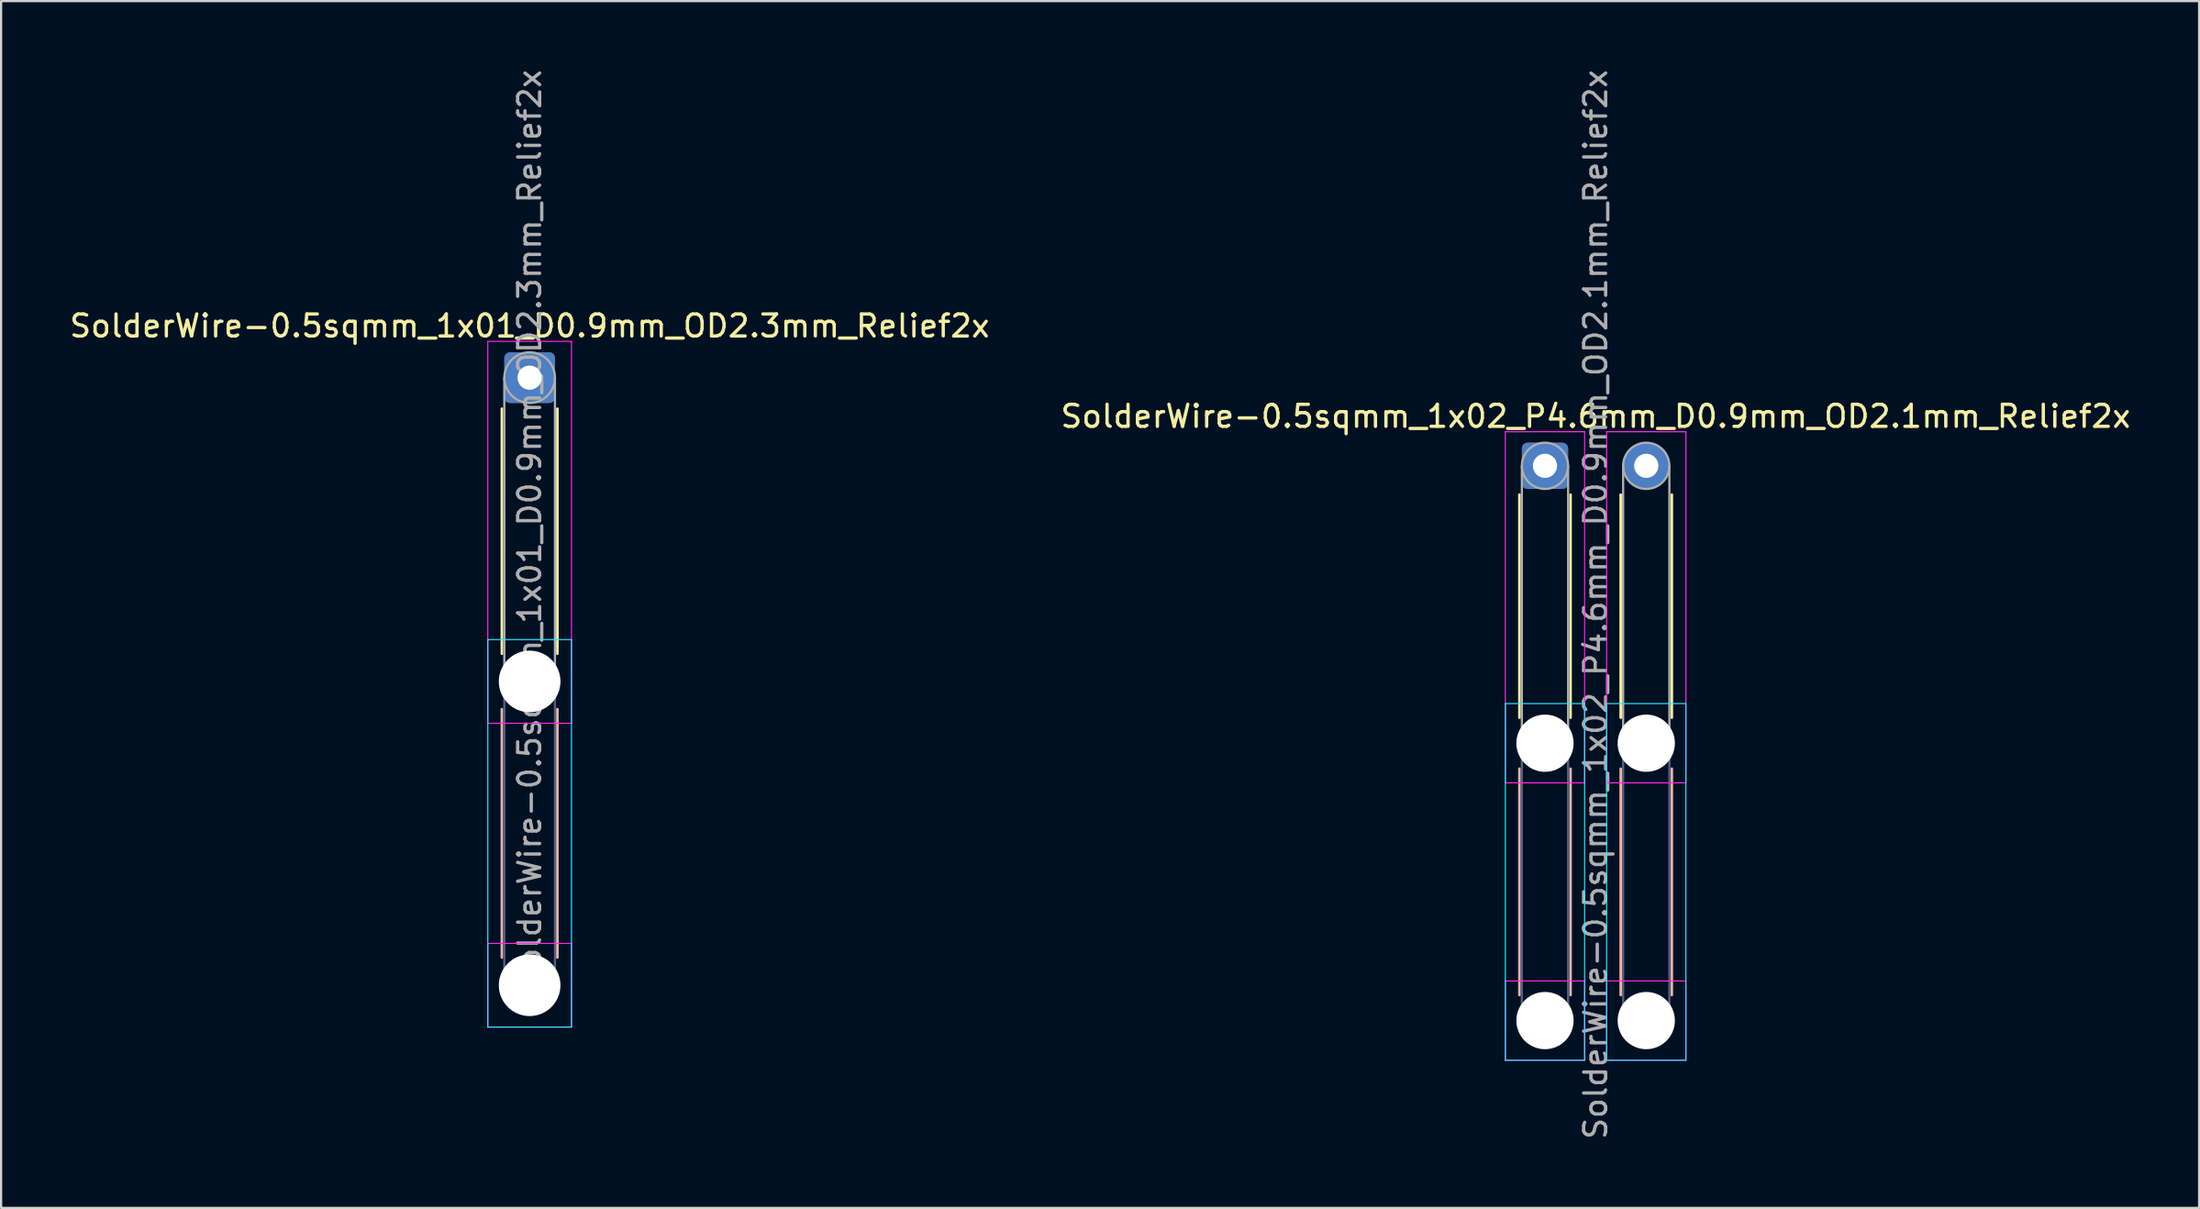
<source format=kicad_pcb>
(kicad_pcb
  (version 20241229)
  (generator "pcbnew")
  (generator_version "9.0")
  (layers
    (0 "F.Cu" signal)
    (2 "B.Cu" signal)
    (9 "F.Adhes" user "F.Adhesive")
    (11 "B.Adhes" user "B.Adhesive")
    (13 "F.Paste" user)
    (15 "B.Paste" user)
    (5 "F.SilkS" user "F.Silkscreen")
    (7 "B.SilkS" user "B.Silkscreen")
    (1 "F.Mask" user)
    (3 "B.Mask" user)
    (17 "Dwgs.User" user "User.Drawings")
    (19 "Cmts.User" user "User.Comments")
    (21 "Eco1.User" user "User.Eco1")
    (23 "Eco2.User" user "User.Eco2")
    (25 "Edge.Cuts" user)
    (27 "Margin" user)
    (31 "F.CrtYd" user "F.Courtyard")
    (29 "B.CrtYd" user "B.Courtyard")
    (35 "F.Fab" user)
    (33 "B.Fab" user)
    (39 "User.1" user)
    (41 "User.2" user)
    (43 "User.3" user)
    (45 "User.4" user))
  (footprint "SolderWire-0.5sqmm_1x01_D0.9mm_OD2.3mm_Relief2x"
    (layer "F.Cu")
    (at 21.006 14.106)
    (property "Reference" "SolderWire-0.5sqmm_1x01_D0.9mm_OD2.3mm_Relief2x" (at 0 -2.35 0) (layer "F.SilkS") (effects (font (size 1 1) (thickness 0.15))))
    (attr exclude_from_pos_files exclude_from_bom)
    (fp_line (start -1.26 1.41) (end -1.26 12.54) (stroke (width 0.12) (type solid)) (layer "F.SilkS"))
    (fp_line (start 1.26 1.41) (end 1.26 12.54) (stroke (width 0.12) (type solid)) (layer "F.SilkS"))
    (fp_line (start -1.26 15.06) (end -1.26 26.34) (stroke (width 0.12) (type solid)) (layer "B.SilkS"))
    (fp_line (start 1.26 15.06) (end 1.26 26.34) (stroke (width 0.12) (type solid)) (layer "B.SilkS"))
    (fp_line (start -1.9 11.9) (end -1.9 29.5) (stroke (width 0.05) (type solid)) (layer "B.CrtYd"))
    (fp_line (start -1.9 29.5) (end 1.9 29.5) (stroke (width 0.05) (type solid)) (layer "B.CrtYd"))
    (fp_line (start 1.9 11.9) (end -1.9 11.9) (stroke (width 0.05) (type solid)) (layer "B.CrtYd"))
    (fp_line (start 1.9 29.5) (end 1.9 11.9) (stroke (width 0.05) (type solid)) (layer "B.CrtYd"))
    (fp_line (start -1.9 -1.65) (end -1.9 15.7) (stroke (width 0.05) (type solid)) (layer "F.CrtYd"))
    (fp_line (start -1.9 15.7) (end 1.9 15.7) (stroke (width 0.05) (type solid)) (layer "F.CrtYd"))
    (fp_line (start -1.9 25.7) (end -1.9 29.5) (stroke (width 0.05) (type solid)) (layer "F.CrtYd"))
    (fp_line (start -1.9 29.5) (end 1.9 29.5) (stroke (width 0.05) (type solid)) (layer "F.CrtYd"))
    (fp_line (start 1.9 -1.65) (end -1.9 -1.65) (stroke (width 0.05) (type solid)) (layer "F.CrtYd"))
    (fp_line (start 1.9 15.7) (end 1.9 -1.65) (stroke (width 0.05) (type solid)) (layer "F.CrtYd"))
    (fp_line (start 1.9 25.7) (end -1.9 25.7) (stroke (width 0.05) (type solid)) (layer "F.CrtYd"))
    (fp_line (start 1.9 29.5) (end 1.9 25.7) (stroke (width 0.05) (type solid)) (layer "F.CrtYd"))
    (fp_line (start -1.15 13.8) (end -1.15 27.6) (stroke (width 0.1) (type solid)) (layer "B.Fab"))
    (fp_line (start 1.15 13.8) (end 1.15 27.6) (stroke (width 0.1) (type solid)) (layer "B.Fab"))
    (fp_circle (center 0 13.8) (end 1.15 13.8) (stroke (width 0.1) (type solid)) (fill no) (layer "B.Fab"))
    (fp_circle (center 0 27.6) (end 1.15 27.6) (stroke (width 0.1) (type solid)) (fill no) (layer "B.Fab"))
    (fp_line (start -1.15 0) (end -1.15 13.8) (stroke (width 0.1) (type solid)) (layer "F.Fab"))
    (fp_line (start 1.15 0) (end 1.15 13.8) (stroke (width 0.1) (type solid)) (layer "F.Fab"))
    (fp_circle (center 0 0) (end 1.15 0) (stroke (width 0.1) (type solid)) (fill no) (layer "F.Fab"))
    (fp_circle (center 0 13.8) (end 1.15 13.8) (stroke (width 0.1) (type solid)) (fill no) (layer "F.Fab"))
    (fp_circle (center 0 27.6) (end 1.15 27.6) (stroke (width 0.1) (type solid)) (fill no) (layer "F.Fab"))
    (fp_text user "${REFERENCE}" (at 0 6.9 90) (layer "F.Fab") (effects (font (size 1 1) (thickness 0.15))))
    (pad "" np_thru_hole circle (at 0 13.8) (size 2.8 2.8) (drill 2.8) (layers "*.Cu" "*.Mask"))
    (pad "" np_thru_hole circle (at 0 27.6) (size 2.8 2.8) (drill 2.8) (layers "*.Cu" "*.Mask"))
    (pad "1" thru_hole roundrect (at 0 0) (size 2.3 2.3) (drill 1.1) (layers "*.Cu" "*.Mask") (roundrect_rratio 0.109)))
  (footprint "SolderWire-0.5sqmm_1x02_P4.6mm_D0.9mm_OD2.1mm_Relief2x"
    (layer "F.Cu")
    (at 67.123 18.111)
    (property "Reference" "SolderWire-0.5sqmm_1x02_P4.6mm_D0.9mm_OD2.1mm_Relief2x" (at 2.3 -2.25 0) (layer "F.SilkS") (effects (font (size 1 1) (thickness 0.15))))
    (attr exclude_from_pos_files exclude_from_bom)
    (fp_line (start -1.16 1.31) (end -1.16 11.44) (stroke (width 0.12) (type solid)) (layer "F.SilkS"))
    (fp_line (start 1.16 1.31) (end 1.16 11.44) (stroke (width 0.12) (type solid)) (layer "F.SilkS"))
    (fp_line (start 3.44 1.31) (end 3.44 11.44) (stroke (width 0.12) (type solid)) (layer "F.SilkS"))
    (fp_line (start 5.76 1.31) (end 5.76 11.44) (stroke (width 0.12) (type solid)) (layer "F.SilkS"))
    (fp_line (start -1.16 13.76) (end -1.16 24.04) (stroke (width 0.12) (type solid)) (layer "B.SilkS"))
    (fp_line (start 1.16 13.76) (end 1.16 24.04) (stroke (width 0.12) (type solid)) (layer "B.SilkS"))
    (fp_line (start 3.44 13.76) (end 3.44 24.04) (stroke (width 0.12) (type solid)) (layer "B.SilkS"))
    (fp_line (start 5.76 13.76) (end 5.76 24.04) (stroke (width 0.12) (type solid)) (layer "B.SilkS"))
    (fp_line (start -1.8 10.8) (end -1.8 27) (stroke (width 0.05) (type solid)) (layer "B.CrtYd"))
    (fp_line (start -1.8 27) (end 1.8 27) (stroke (width 0.05) (type solid)) (layer "B.CrtYd"))
    (fp_line (start 1.8 10.8) (end -1.8 10.8) (stroke (width 0.05) (type solid)) (layer "B.CrtYd"))
    (fp_line (start 1.8 27) (end 1.8 10.8) (stroke (width 0.05) (type solid)) (layer "B.CrtYd"))
    (fp_line (start 2.8 10.8) (end 2.8 27) (stroke (width 0.05) (type solid)) (layer "B.CrtYd"))
    (fp_line (start 2.8 27) (end 6.4 27) (stroke (width 0.05) (type solid)) (layer "B.CrtYd"))
    (fp_line (start 6.4 10.8) (end 2.8 10.8) (stroke (width 0.05) (type solid)) (layer "B.CrtYd"))
    (fp_line (start 6.4 27) (end 6.4 10.8) (stroke (width 0.05) (type solid)) (layer "B.CrtYd"))
    (fp_line (start -1.8 -1.55) (end -1.8 14.4) (stroke (width 0.05) (type solid)) (layer "F.CrtYd"))
    (fp_line (start -1.8 14.4) (end 1.8 14.4) (stroke (width 0.05) (type solid)) (layer "F.CrtYd"))
    (fp_line (start -1.8 23.4) (end -1.8 27) (stroke (width 0.05) (type solid)) (layer "F.CrtYd"))
    (fp_line (start -1.8 27) (end 1.8 27) (stroke (width 0.05) (type solid)) (layer "F.CrtYd"))
    (fp_line (start 1.8 -1.55) (end -1.8 -1.55) (stroke (width 0.05) (type solid)) (layer "F.CrtYd"))
    (fp_line (start 1.8 14.4) (end 1.8 -1.55) (stroke (width 0.05) (type solid)) (layer "F.CrtYd"))
    (fp_line (start 1.8 23.4) (end -1.8 23.4) (stroke (width 0.05) (type solid)) (layer "F.CrtYd"))
    (fp_line (start 1.8 27) (end 1.8 23.4) (stroke (width 0.05) (type solid)) (layer "F.CrtYd"))
    (fp_line (start 2.8 -1.55) (end 2.8 14.4) (stroke (width 0.05) (type solid)) (layer "F.CrtYd"))
    (fp_line (start 2.8 14.4) (end 6.4 14.4) (stroke (width 0.05) (type solid)) (layer "F.CrtYd"))
    (fp_line (start 2.8 23.4) (end 2.8 27) (stroke (width 0.05) (type solid)) (layer "F.CrtYd"))
    (fp_line (start 2.8 27) (end 6.4 27) (stroke (width 0.05) (type solid)) (layer "F.CrtYd"))
    (fp_line (start 6.4 -1.55) (end 2.8 -1.55) (stroke (width 0.05) (type solid)) (layer "F.CrtYd"))
    (fp_line (start 6.4 14.4) (end 6.4 -1.55) (stroke (width 0.05) (type solid)) (layer "F.CrtYd"))
    (fp_line (start 6.4 23.4) (end 2.8 23.4) (stroke (width 0.05) (type solid)) (layer "F.CrtYd"))
    (fp_line (start 6.4 27) (end 6.4 23.4) (stroke (width 0.05) (type solid)) (layer "F.CrtYd"))
    (fp_line (start -1.05 12.6) (end -1.05 25.2) (stroke (width 0.1) (type solid)) (layer "B.Fab"))
    (fp_line (start 1.05 12.6) (end 1.05 25.2) (stroke (width 0.1) (type solid)) (layer "B.Fab"))
    (fp_line (start 3.55 12.6) (end 3.55 25.2) (stroke (width 0.1) (type solid)) (layer "B.Fab"))
    (fp_line (start 5.65 12.6) (end 5.65 25.2) (stroke (width 0.1) (type solid)) (layer "B.Fab"))
    (fp_circle (center 0 12.6) (end 1.05 12.6) (stroke (width 0.1) (type solid)) (fill no) (layer "B.Fab"))
    (fp_circle (center 0 25.2) (end 1.05 25.2) (stroke (width 0.1) (type solid)) (fill no) (layer "B.Fab"))
    (fp_circle (center 4.6 12.6) (end 5.65 12.6) (stroke (width 0.1) (type solid)) (fill no) (layer "B.Fab"))
    (fp_circle (center 4.6 25.2) (end 5.65 25.2) (stroke (width 0.1) (type solid)) (fill no) (layer "B.Fab"))
    (fp_line (start -1.05 0) (end -1.05 12.6) (stroke (width 0.1) (type solid)) (layer "F.Fab"))
    (fp_line (start 1.05 0) (end 1.05 12.6) (stroke (width 0.1) (type solid)) (layer "F.Fab"))
    (fp_line (start 3.55 0) (end 3.55 12.6) (stroke (width 0.1) (type solid)) (layer "F.Fab"))
    (fp_line (start 5.65 0) (end 5.65 12.6) (stroke (width 0.1) (type solid)) (layer "F.Fab"))
    (fp_circle (center 0 0) (end 1.05 0) (stroke (width 0.1) (type solid)) (fill no) (layer "F.Fab"))
    (fp_circle (center 0 12.6) (end 1.05 12.6) (stroke (width 0.1) (type solid)) (fill no) (layer "F.Fab"))
    (fp_circle (center 0 25.2) (end 1.05 25.2) (stroke (width 0.1) (type solid)) (fill no) (layer "F.Fab"))
    (fp_circle (center 4.6 0) (end 5.65 0) (stroke (width 0.1) (type solid)) (fill no) (layer "F.Fab"))
    (fp_circle (center 4.6 12.6) (end 5.65 12.6) (stroke (width 0.1) (type solid)) (fill no) (layer "F.Fab"))
    (fp_circle (center 4.6 25.2) (end 5.65 25.2) (stroke (width 0.1) (type solid)) (fill no) (layer "F.Fab"))
    (fp_text user "${REFERENCE}" (at 2.3 6.3 90) (layer "F.Fab") (effects (font (size 1 1) (thickness 0.15))))
    (pad "" np_thru_hole circle (at 0 12.6) (size 2.6 2.6) (drill 2.6) (layers "*.Cu" "*.Mask"))
    (pad "" np_thru_hole circle (at 0 25.2) (size 2.6 2.6) (drill 2.6) (layers "*.Cu" "*.Mask"))
    (pad "" np_thru_hole circle (at 4.6 12.6) (size 2.6 2.6) (drill 2.6) (layers "*.Cu" "*.Mask"))
    (pad "" np_thru_hole circle (at 4.6 25.2) (size 2.6 2.6) (drill 2.6) (layers "*.Cu" "*.Mask"))
    (pad "1" thru_hole roundrect (at 0 0) (size 2.1 2.1) (drill 1.1) (layers "*.Cu" "*.Mask") (roundrect_rratio 0.119))
    (pad "2" thru_hole circle (at 4.6 0) (size 2.1 2.1) (drill 1.1) (layers "*.Cu" "*.Mask")))
  (gr_rect
    (start -3 -3)
    (end 96.833 51.821)
    (stroke (width 0.1) (type default))
    (fill no)
    (layer "Edge.Cuts")))
</source>
